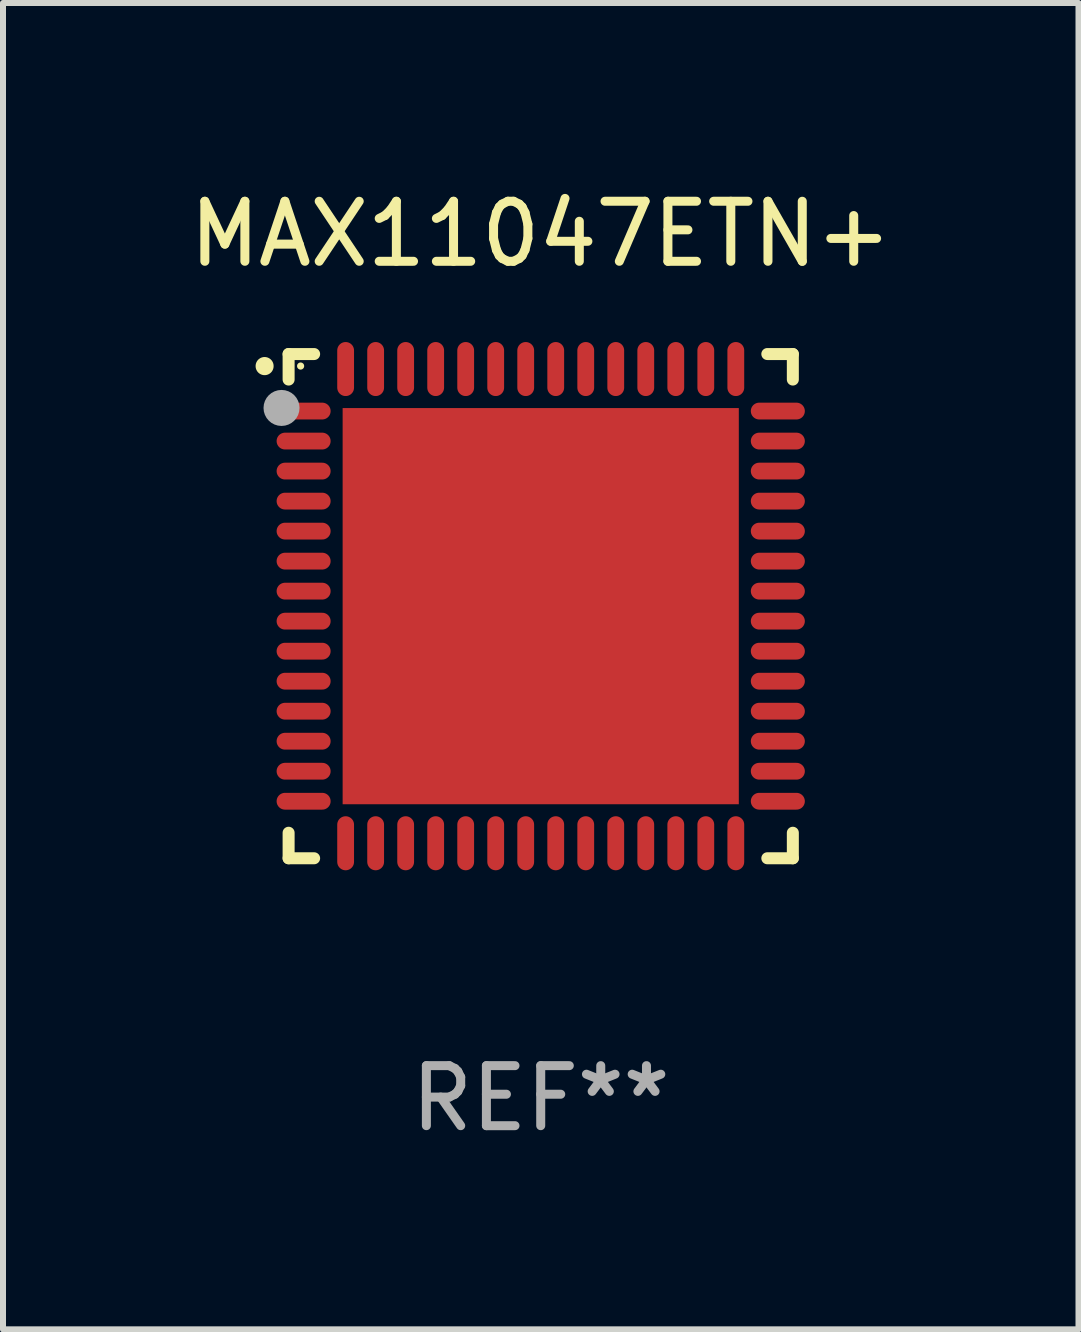
<source format=kicad_pcb>
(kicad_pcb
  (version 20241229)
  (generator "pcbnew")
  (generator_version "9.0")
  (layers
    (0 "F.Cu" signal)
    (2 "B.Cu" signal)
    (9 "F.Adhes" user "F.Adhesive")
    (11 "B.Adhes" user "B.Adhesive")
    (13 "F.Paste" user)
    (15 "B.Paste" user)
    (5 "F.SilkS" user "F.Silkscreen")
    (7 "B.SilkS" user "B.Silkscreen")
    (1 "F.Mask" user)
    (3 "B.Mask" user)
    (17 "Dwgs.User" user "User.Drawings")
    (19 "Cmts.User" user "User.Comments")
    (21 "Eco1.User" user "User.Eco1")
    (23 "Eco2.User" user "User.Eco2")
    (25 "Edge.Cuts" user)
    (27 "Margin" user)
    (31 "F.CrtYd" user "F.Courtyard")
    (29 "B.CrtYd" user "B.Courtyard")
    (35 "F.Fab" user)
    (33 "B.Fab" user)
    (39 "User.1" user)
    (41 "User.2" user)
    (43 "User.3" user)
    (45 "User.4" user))
  (footprint "MAX11047ETN+"
    (layer "F.Cu")
    (at 5.958 7.048)
    (property "Reference" "MAX11047ETN+" (at 0 -6.2 0) (layer "F.SilkS") (effects (font (size 1 1) (thickness 0.15))))
    (attr through_hole)
    (fp_line (start -4.2 -4.2) (end -3.775 -4.2) (stroke (width 0.2) (type solid)) (layer "F.SilkS"))
    (fp_line (start -4.2 -3.775) (end -4.2 -4.2) (stroke (width 0.2) (type solid)) (layer "F.SilkS"))
    (fp_line (start -4.2 3.775) (end -4.2 4.2) (stroke (width 0.2) (type solid)) (layer "F.SilkS"))
    (fp_line (start -4.2 4.2) (end -3.775 4.2) (stroke (width 0.2) (type solid)) (layer "F.SilkS"))
    (fp_line (start 3.775 4.2) (end 4.2 4.2) (stroke (width 0.2) (type solid)) (layer "F.SilkS"))
    (fp_line (start 4.2 -4.2) (end 3.775 -4.2) (stroke (width 0.2) (type solid)) (layer "F.SilkS"))
    (fp_line (start 4.2 -3.775) (end 4.2 -4.2) (stroke (width 0.2) (type solid)) (layer "F.SilkS"))
    (fp_line (start 4.2 4.2) (end 4.2 3.775) (stroke (width 0.2) (type solid)) (layer "F.SilkS"))
    (fp_arc (start -4.599949 -3.997968) (mid -4.599954 -3.999238) (end -4.599949 -4.000508) (stroke (width 0.3) (type solid)) (layer "F.SilkS"))
    (fp_circle (center -4 -4) (end -3.97 -4) (stroke (width 0.06) (type solid)) (fill no) (layer "F.SilkS"))
    (fp_circle (center -4.318 -3.302) (end -4.168 -3.302) (stroke (width 0.3) (type solid)) (fill no) (layer "F.Fab"))
    (fp_text user "REF**" (at 0 8.2 0) (layer "F.Fab") (effects (font (size 1 1) (thickness 0.15))))
    (pad "1" smd oval (at -3.95 -3.25 90) (size 0.28 0.9) (layers "F.Cu" "F.Mask" "F.Paste"))
    (pad "2" smd oval (at -3.95 -2.75 90) (size 0.28 0.9) (layers "F.Cu" "F.Mask" "F.Paste"))
    (pad "3" smd oval (at -3.95 -2.25 90) (size 0.28 0.9) (layers "F.Cu" "F.Mask" "F.Paste"))
    (pad "4" smd oval (at -3.95 -1.75 90) (size 0.28 0.9) (layers "F.Cu" "F.Mask" "F.Paste"))
    (pad "5" smd oval (at -3.95 -1.25 90) (size 0.28 0.9) (layers "F.Cu" "F.Mask" "F.Paste"))
    (pad "6" smd oval (at -3.95 -0.75 90) (size 0.28 0.9) (layers "F.Cu" "F.Mask" "F.Paste"))
    (pad "7" smd oval (at -3.95 -0.25 90) (size 0.28 0.9) (layers "F.Cu" "F.Mask" "F.Paste"))
    (pad "8" smd oval (at -3.95 0.25 90) (size 0.28 0.9) (layers "F.Cu" "F.Mask" "F.Paste"))
    (pad "9" smd oval (at -3.95 0.75 90) (size 0.28 0.9) (layers "F.Cu" "F.Mask" "F.Paste"))
    (pad "10" smd oval (at -3.95 1.25 90) (size 0.28 0.9) (layers "F.Cu" "F.Mask" "F.Paste"))
    (pad "11" smd oval (at -3.95 1.75 90) (size 0.28 0.9) (layers "F.Cu" "F.Mask" "F.Paste"))
    (pad "12" smd oval (at -3.95 2.25 90) (size 0.28 0.9) (layers "F.Cu" "F.Mask" "F.Paste"))
    (pad "13" smd oval (at -3.95 2.75 90) (size 0.28 0.9) (layers "F.Cu" "F.Mask" "F.Paste"))
    (pad "14" smd oval (at -3.95 3.25 90) (size 0.28 0.9) (layers "F.Cu" "F.Mask" "F.Paste"))
    (pad "15" smd oval (at -3.25 3.95) (size 0.28 0.9) (layers "F.Cu" "F.Mask" "F.Paste"))
    (pad "16" smd oval (at -2.75 3.95) (size 0.28 0.9) (layers "F.Cu" "F.Mask" "F.Paste"))
    (pad "17" smd oval (at -2.25 3.95) (size 0.28 0.9) (layers "F.Cu" "F.Mask" "F.Paste"))
    (pad "18" smd oval (at -1.75 3.95) (size 0.28 0.9) (layers "F.Cu" "F.Mask" "F.Paste"))
    (pad "19" smd oval (at -1.25 3.95) (size 0.28 0.9) (layers "F.Cu" "F.Mask" "F.Paste"))
    (pad "20" smd oval (at -0.75 3.95) (size 0.28 0.9) (layers "F.Cu" "F.Mask" "F.Paste"))
    (pad "21" smd oval (at -0.25 3.95) (size 0.28 0.9) (layers "F.Cu" "F.Mask" "F.Paste"))
    (pad "22" smd oval (at 0.25 3.95) (size 0.28 0.9) (layers "F.Cu" "F.Mask" "F.Paste"))
    (pad "23" smd oval (at 0.75 3.95) (size 0.28 0.9) (layers "F.Cu" "F.Mask" "F.Paste"))
    (pad "24" smd oval (at 1.25 3.95) (size 0.28 0.9) (layers "F.Cu" "F.Mask" "F.Paste"))
    (pad "25" smd oval (at 1.75 3.95) (size 0.28 0.9) (layers "F.Cu" "F.Mask" "F.Paste"))
    (pad "26" smd oval (at 2.25 3.95) (size 0.28 0.9) (layers "F.Cu" "F.Mask" "F.Paste"))
    (pad "27" smd oval (at 2.75 3.95) (size 0.28 0.9) (layers "F.Cu" "F.Mask" "F.Paste"))
    (pad "28" smd oval (at 3.25 3.95) (size 0.28 0.9) (layers "F.Cu" "F.Mask" "F.Paste"))
    (pad "29" smd oval (at 3.95 3.25 90) (size 0.28 0.9) (layers "F.Cu" "F.Mask" "F.Paste"))
    (pad "30" smd oval (at 3.95 2.75 90) (size 0.28 0.9) (layers "F.Cu" "F.Mask" "F.Paste"))
    (pad "31" smd oval (at 3.95 2.25 90) (size 0.28 0.9) (layers "F.Cu" "F.Mask" "F.Paste"))
    (pad "32" smd oval (at 3.95 1.75 90) (size 0.28 0.9) (layers "F.Cu" "F.Mask" "F.Paste"))
    (pad "33" smd oval (at 3.95 1.25 90) (size 0.28 0.9) (layers "F.Cu" "F.Mask" "F.Paste"))
    (pad "34" smd oval (at 3.95 0.75 90) (size 0.28 0.9) (layers "F.Cu" "F.Mask" "F.Paste"))
    (pad "35" smd oval (at 3.95 0.25 90) (size 0.28 0.9) (layers "F.Cu" "F.Mask" "F.Paste"))
    (pad "36" smd oval (at 3.95 -0.25 90) (size 0.28 0.9) (layers "F.Cu" "F.Mask" "F.Paste"))
    (pad "37" smd oval (at 3.95 -0.75 90) (size 0.28 0.9) (layers "F.Cu" "F.Mask" "F.Paste"))
    (pad "38" smd oval (at 3.95 -1.25 90) (size 0.28 0.9) (layers "F.Cu" "F.Mask" "F.Paste"))
    (pad "39" smd oval (at 3.95 -1.75 90) (size 0.28 0.9) (layers "F.Cu" "F.Mask" "F.Paste"))
    (pad "40" smd oval (at 3.95 -2.25 90) (size 0.28 0.9) (layers "F.Cu" "F.Mask" "F.Paste"))
    (pad "41" smd oval (at 3.95 -2.75 90) (size 0.28 0.9) (layers "F.Cu" "F.Mask" "F.Paste"))
    (pad "42" smd oval (at 3.95 -3.25 90) (size 0.28 0.9) (layers "F.Cu" "F.Mask" "F.Paste"))
    (pad "43" smd oval (at 3.25 -3.95) (size 0.28 0.9) (layers "F.Cu" "F.Mask" "F.Paste"))
    (pad "44" smd oval (at 2.75 -3.95) (size 0.28 0.9) (layers "F.Cu" "F.Mask" "F.Paste"))
    (pad "45" smd oval (at 2.25 -3.95) (size 0.28 0.9) (layers "F.Cu" "F.Mask" "F.Paste"))
    (pad "46" smd oval (at 1.75 -3.95) (size 0.28 0.9) (layers "F.Cu" "F.Mask" "F.Paste"))
    (pad "47" smd oval (at 1.25 -3.95) (size 0.28 0.9) (layers "F.Cu" "F.Mask" "F.Paste"))
    (pad "48" smd oval (at 0.75 -3.95) (size 0.28 0.9) (layers "F.Cu" "F.Mask" "F.Paste"))
    (pad "49" smd oval (at 0.25 -3.95) (size 0.28 0.9) (layers "F.Cu" "F.Mask" "F.Paste"))
    (pad "50" smd oval (at -0.25 -3.95) (size 0.28 0.9) (layers "F.Cu" "F.Mask" "F.Paste"))
    (pad "51" smd oval (at -0.75 -3.95) (size 0.28 0.9) (layers "F.Cu" "F.Mask" "F.Paste"))
    (pad "52" smd oval (at -1.25 -3.95) (size 0.28 0.9) (layers "F.Cu" "F.Mask" "F.Paste"))
    (pad "53" smd oval (at -1.75 -3.95) (size 0.28 0.9) (layers "F.Cu" "F.Mask" "F.Paste"))
    (pad "54" smd oval (at -2.25 -3.95) (size 0.28 0.9) (layers "F.Cu" "F.Mask" "F.Paste"))
    (pad "55" smd oval (at -2.75 -3.95) (size 0.28 0.9) (layers "F.Cu" "F.Mask" "F.Paste"))
    (pad "56" smd oval (at -3.25 -3.95) (size 0.28 0.9) (layers "F.Cu" "F.Mask" "F.Paste"))
    (pad "57" smd rect (at 0 0.000051) (size 6.6 6.6) (layers "F.Cu" "F.Mask" "F.Paste")))
  (gr_rect
    (start -3 -3)
    (end 14.917 19.096)
    (stroke (width 0.1) (type default))
    (fill no)
    (layer "Edge.Cuts")))
</source>
